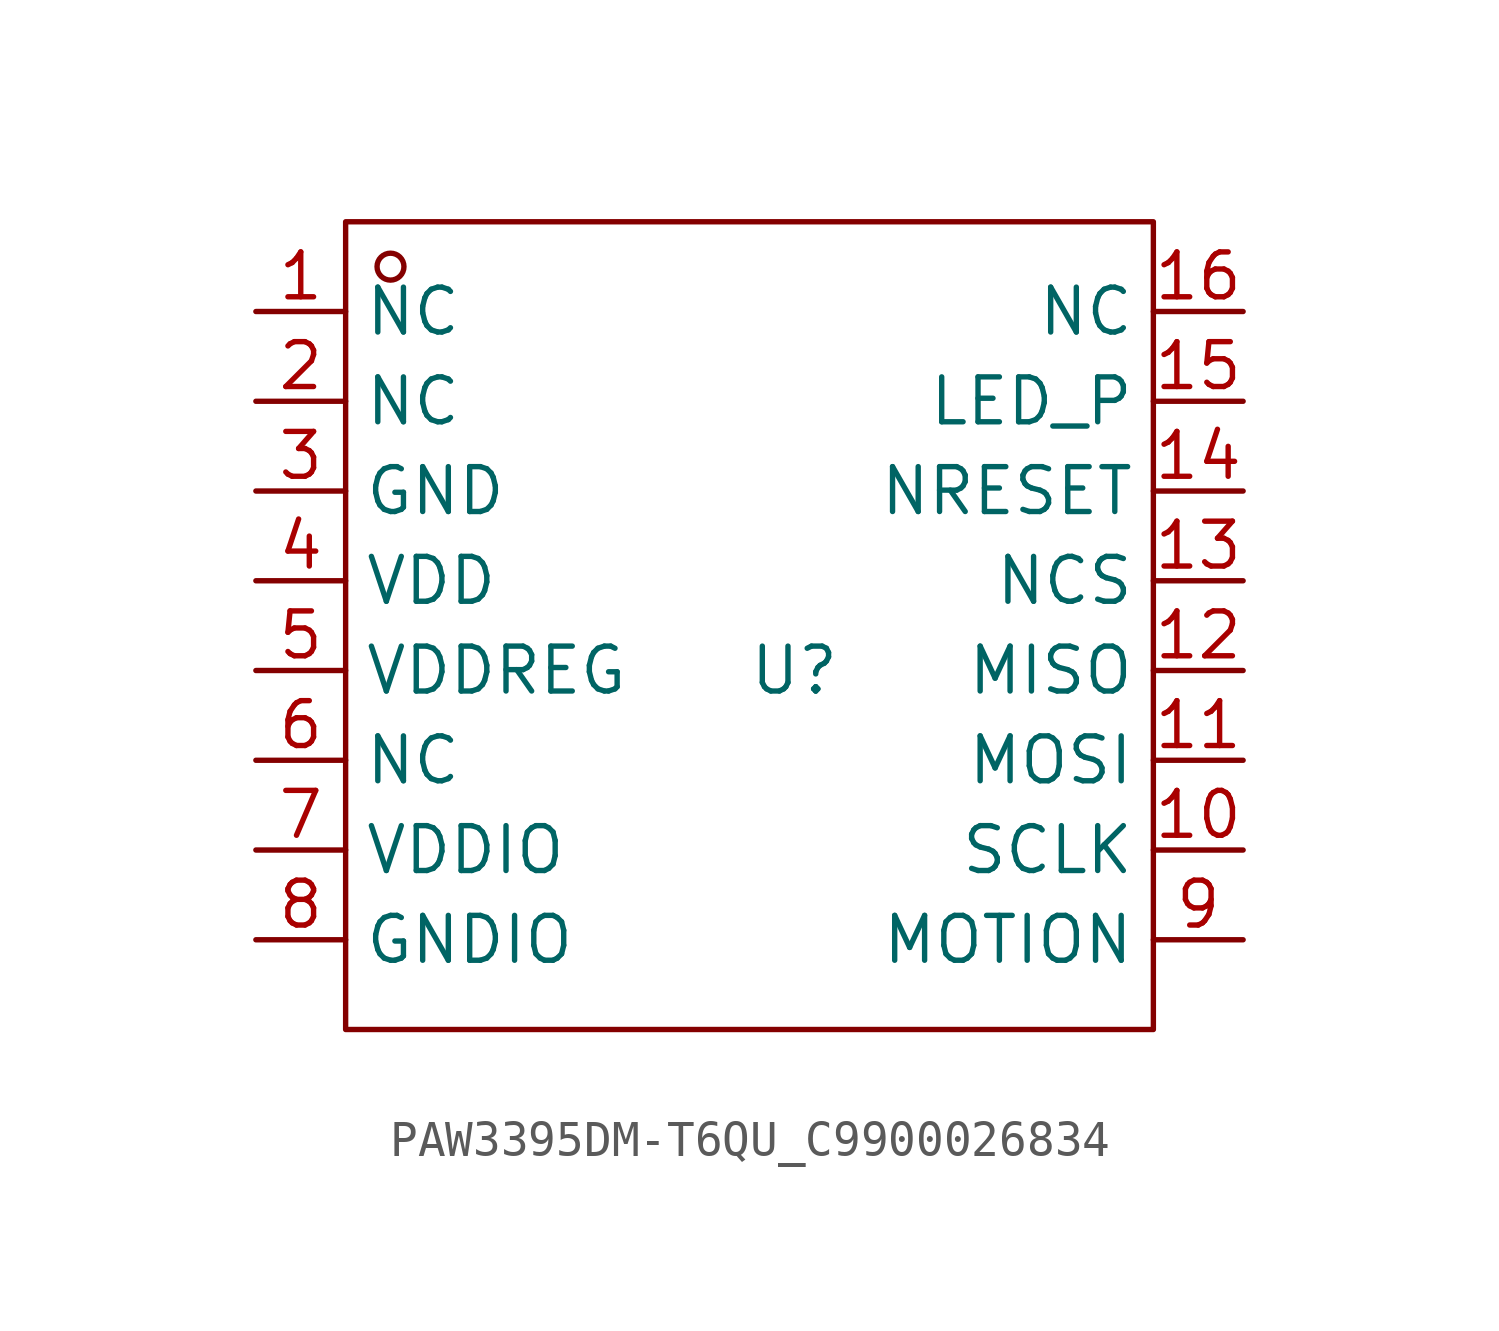
<source format=kicad_sym>
(kicad_symbol_lib
  (version 20241209)
  (generator "kicad_symbol_editor")
  (generator_version "9.0")
  (symbol "PAW3395DM-T6QU_C9900026834"
    (property "Reference" "U"
      (at 0 0 0)
      (effects (font (size 1.27 1.27))))
    (property "Value" ""
      (at 0 0 0)
      (effects (font (size 1.27 1.27))))
    (symbol "PAW3395DM-T6QU_C9900026834_1_0"
      (rectangle (start -12.7 -10.16) (end 10.16 12.7) (stroke (width 0) (type default)) (fill (type none)))
      (circle (center -11.43 11.43) (radius 0.381) (stroke (width 0) (type default)) (fill (type none)))
      (pin unspecified line (at -15.24 10.16 0) (length 2.54) (name "NC" (effects (font (size 1.27 1.27)))) (number "1" (effects (font (size 1.27 1.27)))))
      (pin unspecified line (at -15.24 7.62 0) (length 2.54) (name "NC" (effects (font (size 1.27 1.27)))) (number "2" (effects (font (size 1.27 1.27)))))
      (pin unspecified line (at -15.24 5.08 0) (length 2.54) (name "GND" (effects (font (size 1.27 1.27)))) (number "3" (effects (font (size 1.27 1.27)))))
      (pin unspecified line (at -15.24 2.54 0) (length 2.54) (name "VDD" (effects (font (size 1.27 1.27)))) (number "4" (effects (font (size 1.27 1.27)))))
      (pin unspecified line (at -15.24 0 0) (length 2.54) (name "VDDREG" (effects (font (size 1.27 1.27)))) (number "5" (effects (font (size 1.27 1.27)))))
      (pin unspecified line (at -15.24 -2.54 0) (length 2.54) (name "NC" (effects (font (size 1.27 1.27)))) (number "6" (effects (font (size 1.27 1.27)))))
      (pin unspecified line (at -15.24 -5.08 0) (length 2.54) (name "VDDIO" (effects (font (size 1.27 1.27)))) (number "7" (effects (font (size 1.27 1.27)))))
      (pin unspecified line (at -15.24 -7.62 0) (length 2.54) (name "GNDIO" (effects (font (size 1.27 1.27)))) (number "8" (effects (font (size 1.27 1.27)))))
      (pin unspecified line (at 12.7 10.16 180) (length 2.54) (name "NC" (effects (font (size 1.27 1.27)))) (number "16" (effects (font (size 1.27 1.27)))))
      (pin unspecified line (at 12.7 7.62 180) (length 2.54) (name "LED_P" (effects (font (size 1.27 1.27)))) (number "15" (effects (font (size 1.27 1.27)))))
      (pin unspecified line (at 12.7 5.08 180) (length 2.54) (name "NRESET" (effects (font (size 1.27 1.27)))) (number "14" (effects (font (size 1.27 1.27)))))
      (pin unspecified line (at 12.7 2.54 180) (length 2.54) (name "NCS" (effects (font (size 1.27 1.27)))) (number "13" (effects (font (size 1.27 1.27)))))
      (pin unspecified line (at 12.7 0 180) (length 2.54) (name "MISO" (effects (font (size 1.27 1.27)))) (number "12" (effects (font (size 1.27 1.27)))))
      (pin unspecified line (at 12.7 -2.54 180) (length 2.54) (name "MOSI" (effects (font (size 1.27 1.27)))) (number "11" (effects (font (size 1.27 1.27)))))
      (pin unspecified line (at 12.7 -5.08 180) (length 2.54) (name "SCLK" (effects (font (size 1.27 1.27)))) (number "10" (effects (font (size 1.27 1.27)))))
      (pin unspecified line (at 12.7 -7.62 180) (length 2.54) (name "MOTION" (effects (font (size 1.27 1.27)))) (number "9" (effects (font (size 1.27 1.27))))))))
</source>
